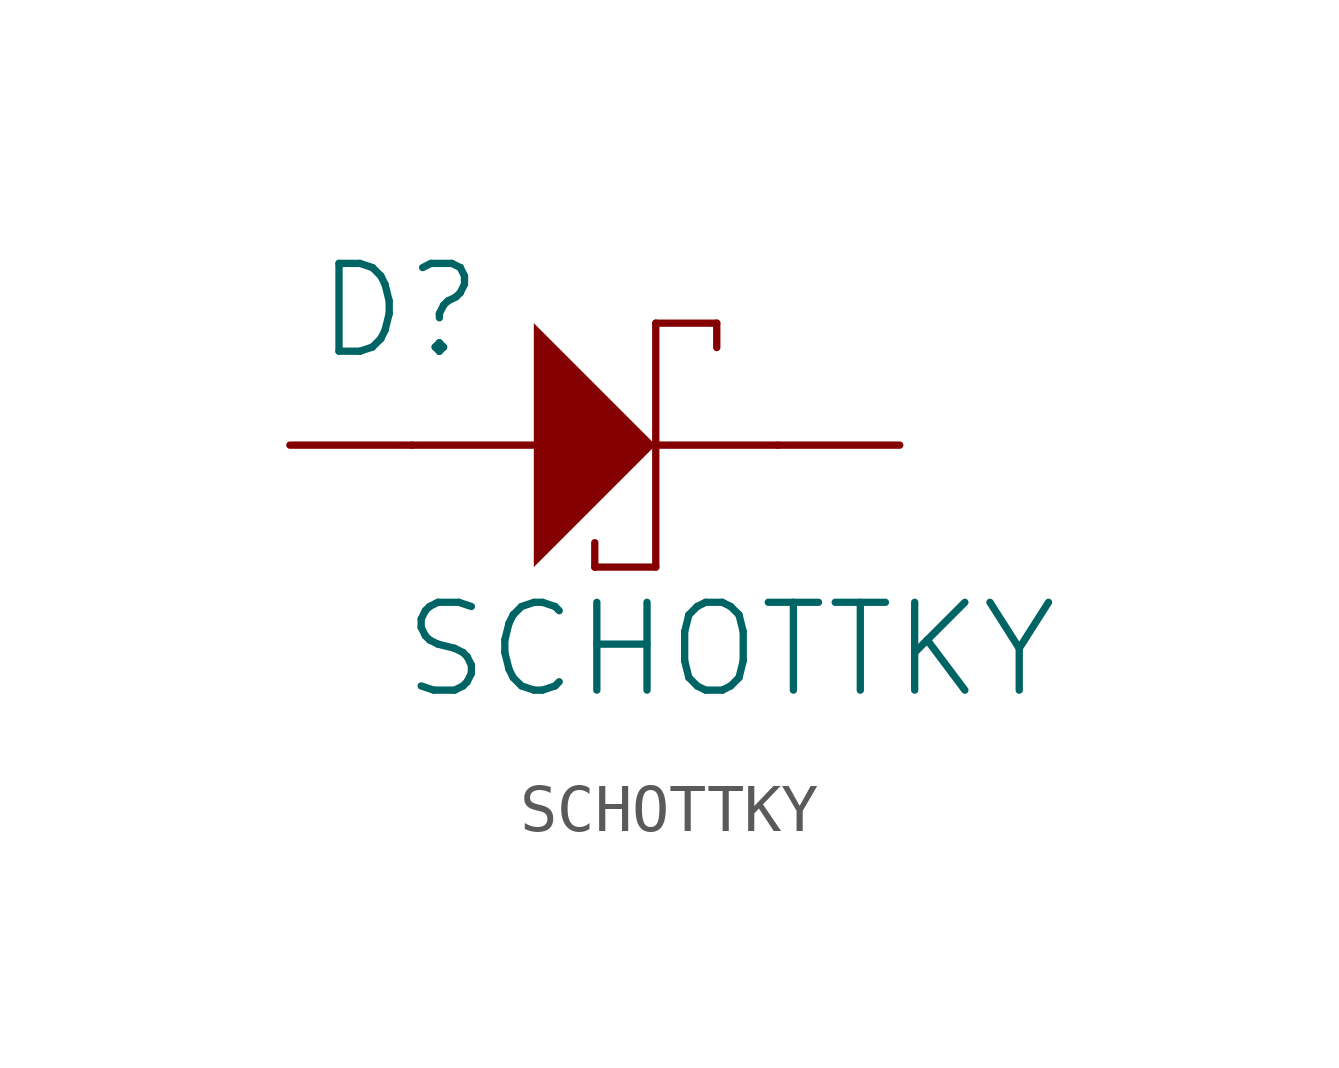
<source format=kicad_sym>
(kicad_symbol_lib
  (version 20241209)
  (generator "kicad_symbol_editor")
  (generator_version "9.0")
  (symbol "SCHOTTKY"
    (pin_numbers
      (hide yes))
    (pin_names
      (hide yes))
    (property "Reference" "D"
      (at -0.254 0.254 0)
      (effects (font (size 1.829 1.829))))
    (property "Value" "SCHOTTKY"
      (at -0.254 -7.874 0)
      (effects (font (size 1.829 1.829)) (justify left bottom)))
    (symbol "SCHOTTKY_1_0"
      (polyline (pts (xy 0 -2.54) (xy 2.54 -2.54)) (stroke (width 0) (type solid)) (fill (type none)))
      (polyline (pts (xy 2.54 0) (xy 2.54 -5.08) (xy 5.08 -2.54) (xy 2.54 0) (xy 2.54 0)) (stroke (width -0.0001) (type solid)) (fill (type outline)))
      (polyline (pts (xy 3.81 -4.572) (xy 3.81 -5.08)) (stroke (width 0) (type solid)) (fill (type none)))
      (polyline (pts (xy 3.81 -5.08) (xy 5.08 -5.08)) (stroke (width 0) (type solid)) (fill (type none)))
      (polyline (pts (xy 5.08 0) (xy 5.08 -5.08)) (stroke (width 0) (type solid)) (fill (type none)))
      (polyline (pts (xy 5.08 0) (xy 6.35 0)) (stroke (width 0) (type solid)) (fill (type none)))
      (polyline (pts (xy 5.08 -2.54) (xy 7.62 -2.54)) (stroke (width 0) (type solid)) (fill (type none)))
      (polyline (pts (xy 6.35 -0.508) (xy 6.35 0)) (stroke (width 0) (type solid)) (fill (type none)))
      (pin passive line (at -2.54 -2.54 0) (length 2.54) (name "A" (effects (font (size 1.27 1.27)))) (number "A" (effects (font (size 1.27 1.27)))))
      (pin passive line (at 10.16 -2.54 180) (length 2.54) (name "K" (effects (font (size 1.27 1.27)))) (number "K" (effects (font (size 1.27 1.27))))))))
</source>
